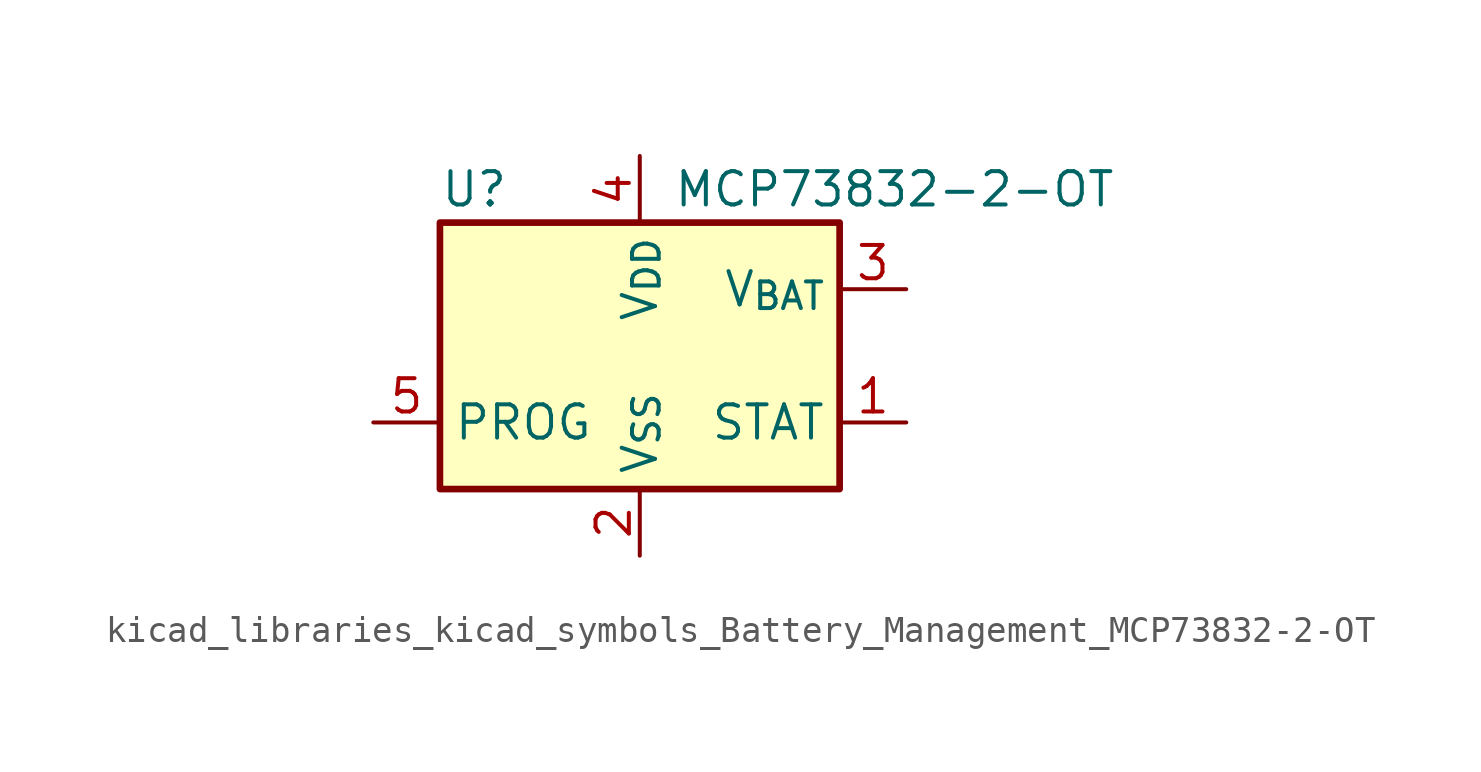
<source format=kicad_sym>
(kicad_symbol_lib
  (version 20220914)
  (generator kicad_symbol_editor)
  (symbol "kicad_libraries_kicad_symbols_Battery_Management_MCP73832-2-OT"
    (property "Reference" "U"
      (at -7.62 6.35 0)
      (effects (font (size 1.27 1.27)) (justify left)))
    (property "Value" "MCP73832-2-OT"
      (at 1.27 6.35 0)
      (effects (font (size 1.27 1.27)) (justify left)))
    (symbol "kicad_libraries_kicad_symbols_Battery_Management_MCP73832-2-OT_0_1"
      (rectangle (start -7.62 5.08) (end 7.62 -5.08) (stroke (width 0.254) (type default)) (fill (type background))))
    (symbol "kicad_libraries_kicad_symbols_Battery_Management_MCP73832-2-OT_1_1"
      (pin output line (at 10.16 -2.54 180) (length 2.54) (name "STAT" (effects (font (size 1.27 1.27)))) (number "1" (effects (font (size 1.27 1.27)))))
      (pin power_in line (at 0 -7.62 90) (length 2.54) (name "V_{SS}" (effects (font (size 1.27 1.27)))) (number "2" (effects (font (size 1.27 1.27)))))
      (pin power_out line (at 10.16 2.54 180) (length 2.54) (name "V_{BAT}" (effects (font (size 1.27 1.27)))) (number "3" (effects (font (size 1.27 1.27)))))
      (pin power_in line (at 0 7.62 270) (length 2.54) (name "V_{DD}" (effects (font (size 1.27 1.27)))) (number "4" (effects (font (size 1.27 1.27)))))
      (pin input line (at -10.16 -2.54 0) (length 2.54) (name "PROG" (effects (font (size 1.27 1.27)))) (number "5" (effects (font (size 1.27 1.27))))))))
</source>
